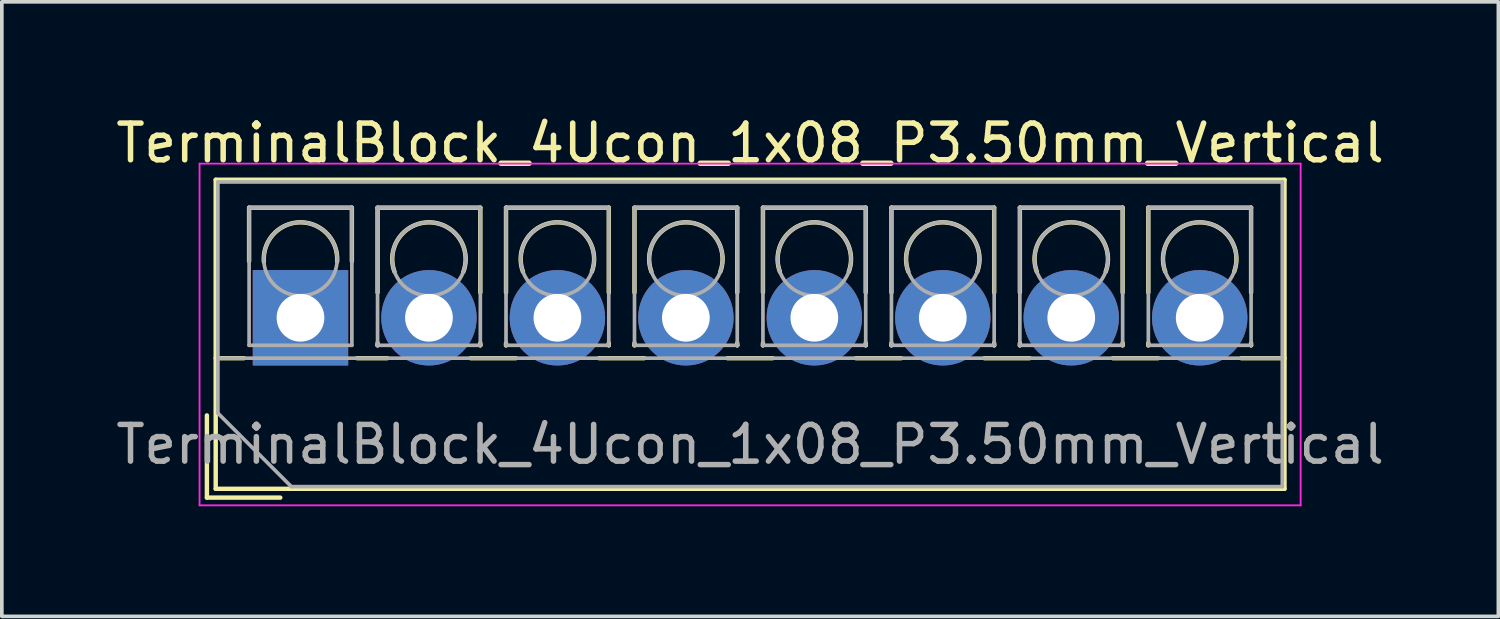
<source format=kicad_pcb>
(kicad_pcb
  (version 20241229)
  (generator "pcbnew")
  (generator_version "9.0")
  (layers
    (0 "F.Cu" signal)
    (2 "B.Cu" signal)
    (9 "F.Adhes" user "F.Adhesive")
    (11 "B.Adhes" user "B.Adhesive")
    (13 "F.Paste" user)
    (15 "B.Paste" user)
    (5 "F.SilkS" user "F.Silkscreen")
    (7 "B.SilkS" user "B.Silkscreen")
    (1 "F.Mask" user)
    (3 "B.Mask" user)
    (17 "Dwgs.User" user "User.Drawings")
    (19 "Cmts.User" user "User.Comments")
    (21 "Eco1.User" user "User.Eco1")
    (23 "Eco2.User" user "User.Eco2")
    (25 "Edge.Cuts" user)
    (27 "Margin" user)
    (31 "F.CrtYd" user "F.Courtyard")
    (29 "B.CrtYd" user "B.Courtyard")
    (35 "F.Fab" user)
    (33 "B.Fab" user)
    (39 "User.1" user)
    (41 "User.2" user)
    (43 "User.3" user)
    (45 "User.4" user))
  (footprint "TerminalBlock_4Ucon_1x08_P3.50mm_Vertical"
    (layer "F.Cu")
    (at 5.137 5.608)
    (property "Reference" "TerminalBlock_4Ucon_1x08_P3.50mm_Vertical" (at 12.25 -4.76 0) (layer "F.SilkS") (effects (font (size 1 1) (thickness 0.15))))
    (attr through_hole)
    (fp_line (start -2.55 2.66) (end -2.55 4.9) (stroke (width 0.12) (type solid)) (layer "F.SilkS"))
    (fp_line (start -2.55 4.9) (end -0.55 4.9) (stroke (width 0.12) (type solid)) (layer "F.SilkS"))
    (fp_line (start -2.31 -3.76) (end -2.31 4.66) (stroke (width 0.12) (type solid)) (layer "F.SilkS"))
    (fp_line (start -2.31 -3.76) (end 26.81 -3.76) (stroke (width 0.12) (type solid)) (layer "F.SilkS"))
    (fp_line (start -2.31 1.101) (end -1.54 1.101) (stroke (width 0.12) (type solid)) (layer "F.SilkS"))
    (fp_line (start -2.31 4.66) (end 26.81 4.66) (stroke (width 0.12) (type solid)) (layer "F.SilkS"))
    (fp_line (start -1.4 -3) (end -1.4 -1.54) (stroke (width 0.12) (type solid)) (layer "F.SilkS"))
    (fp_line (start -1.4 -3) (end 1.4 -3) (stroke (width 0.12) (type solid)) (layer "F.SilkS"))
    (fp_line (start 1.4 -3) (end 1.4 -1.54) (stroke (width 0.12) (type solid)) (layer "F.SilkS"))
    (fp_line (start 1.54 1.101) (end 2.367 1.101) (stroke (width 0.12) (type solid)) (layer "F.SilkS"))
    (fp_line (start 2.1 -3) (end 2.1 -0.689) (stroke (width 0.12) (type solid)) (layer "F.SilkS"))
    (fp_line (start 2.1 -3) (end 4.9 -3) (stroke (width 0.12) (type solid)) (layer "F.SilkS"))
    (fp_line (start 2.1 0.689) (end 2.1 0.75) (stroke (width 0.12) (type solid)) (layer "F.SilkS"))
    (fp_line (start 2.1 0.75) (end 2.101 0.75) (stroke (width 0.12) (type solid)) (layer "F.SilkS"))
    (fp_line (start 4.634 1.101) (end 5.867 1.101) (stroke (width 0.12) (type solid)) (layer "F.SilkS"))
    (fp_line (start 4.9 -3) (end 4.9 -0.689) (stroke (width 0.12) (type solid)) (layer "F.SilkS"))
    (fp_line (start 4.9 0.689) (end 4.9 0.75) (stroke (width 0.12) (type solid)) (layer "F.SilkS"))
    (fp_line (start 4.9 0.75) (end 4.9 0.75) (stroke (width 0.12) (type solid)) (layer "F.SilkS"))
    (fp_line (start 5.6 -3) (end 5.6 -0.689) (stroke (width 0.12) (type solid)) (layer "F.SilkS"))
    (fp_line (start 5.6 -3) (end 8.4 -3) (stroke (width 0.12) (type solid)) (layer "F.SilkS"))
    (fp_line (start 5.6 0.689) (end 5.6 0.75) (stroke (width 0.12) (type solid)) (layer "F.SilkS"))
    (fp_line (start 5.6 0.75) (end 5.601 0.75) (stroke (width 0.12) (type solid)) (layer "F.SilkS"))
    (fp_line (start 8.134 1.101) (end 9.367 1.101) (stroke (width 0.12) (type solid)) (layer "F.SilkS"))
    (fp_line (start 8.4 -3) (end 8.4 -0.689) (stroke (width 0.12) (type solid)) (layer "F.SilkS"))
    (fp_line (start 8.4 0.689) (end 8.4 0.75) (stroke (width 0.12) (type solid)) (layer "F.SilkS"))
    (fp_line (start 8.4 0.75) (end 8.4 0.75) (stroke (width 0.12) (type solid)) (layer "F.SilkS"))
    (fp_line (start 9.1 -3) (end 9.1 -0.689) (stroke (width 0.12) (type solid)) (layer "F.SilkS"))
    (fp_line (start 9.1 -3) (end 11.9 -3) (stroke (width 0.12) (type solid)) (layer "F.SilkS"))
    (fp_line (start 9.1 0.689) (end 9.1 0.75) (stroke (width 0.12) (type solid)) (layer "F.SilkS"))
    (fp_line (start 9.1 0.75) (end 9.101 0.75) (stroke (width 0.12) (type solid)) (layer "F.SilkS"))
    (fp_line (start 11.634 1.101) (end 12.867 1.101) (stroke (width 0.12) (type solid)) (layer "F.SilkS"))
    (fp_line (start 11.9 -3) (end 11.9 -0.689) (stroke (width 0.12) (type solid)) (layer "F.SilkS"))
    (fp_line (start 11.9 0.689) (end 11.9 0.75) (stroke (width 0.12) (type solid)) (layer "F.SilkS"))
    (fp_line (start 11.9 0.75) (end 11.9 0.75) (stroke (width 0.12) (type solid)) (layer "F.SilkS"))
    (fp_line (start 12.6 -3) (end 12.6 -0.689) (stroke (width 0.12) (type solid)) (layer "F.SilkS"))
    (fp_line (start 12.6 -3) (end 15.4 -3) (stroke (width 0.12) (type solid)) (layer "F.SilkS"))
    (fp_line (start 12.6 0.689) (end 12.6 0.75) (stroke (width 0.12) (type solid)) (layer "F.SilkS"))
    (fp_line (start 12.6 0.75) (end 12.601 0.75) (stroke (width 0.12) (type solid)) (layer "F.SilkS"))
    (fp_line (start 15.134 1.101) (end 16.367 1.101) (stroke (width 0.12) (type solid)) (layer "F.SilkS"))
    (fp_line (start 15.4 -3) (end 15.4 -0.689) (stroke (width 0.12) (type solid)) (layer "F.SilkS"))
    (fp_line (start 15.4 0.689) (end 15.4 0.75) (stroke (width 0.12) (type solid)) (layer "F.SilkS"))
    (fp_line (start 15.4 0.75) (end 15.4 0.75) (stroke (width 0.12) (type solid)) (layer "F.SilkS"))
    (fp_line (start 16.101 -3) (end 16.101 -0.689) (stroke (width 0.12) (type solid)) (layer "F.SilkS"))
    (fp_line (start 16.101 -3) (end 18.9 -3) (stroke (width 0.12) (type solid)) (layer "F.SilkS"))
    (fp_line (start 16.101 0.689) (end 16.101 0.75) (stroke (width 0.12) (type solid)) (layer "F.SilkS"))
    (fp_line (start 16.101 0.75) (end 16.101 0.75) (stroke (width 0.12) (type solid)) (layer "F.SilkS"))
    (fp_line (start 18.634 1.101) (end 19.867 1.101) (stroke (width 0.12) (type solid)) (layer "F.SilkS"))
    (fp_line (start 18.9 -3) (end 18.9 -0.689) (stroke (width 0.12) (type solid)) (layer "F.SilkS"))
    (fp_line (start 18.9 0.689) (end 18.9 0.75) (stroke (width 0.12) (type solid)) (layer "F.SilkS"))
    (fp_line (start 18.9 0.75) (end 18.9 0.75) (stroke (width 0.12) (type solid)) (layer "F.SilkS"))
    (fp_line (start 19.6 -3) (end 19.6 -0.689) (stroke (width 0.12) (type solid)) (layer "F.SilkS"))
    (fp_line (start 19.6 -3) (end 22.4 -3) (stroke (width 0.12) (type solid)) (layer "F.SilkS"))
    (fp_line (start 19.6 0.689) (end 19.6 0.75) (stroke (width 0.12) (type solid)) (layer "F.SilkS"))
    (fp_line (start 19.6 0.75) (end 19.601 0.75) (stroke (width 0.12) (type solid)) (layer "F.SilkS"))
    (fp_line (start 22.134 1.101) (end 23.367 1.101) (stroke (width 0.12) (type solid)) (layer "F.SilkS"))
    (fp_line (start 22.4 -3) (end 22.4 -0.689) (stroke (width 0.12) (type solid)) (layer "F.SilkS"))
    (fp_line (start 22.4 0.689) (end 22.4 0.75) (stroke (width 0.12) (type solid)) (layer "F.SilkS"))
    (fp_line (start 22.4 0.75) (end 22.4 0.75) (stroke (width 0.12) (type solid)) (layer "F.SilkS"))
    (fp_line (start 23.1 -3) (end 23.1 -0.689) (stroke (width 0.12) (type solid)) (layer "F.SilkS"))
    (fp_line (start 23.1 -3) (end 25.9 -3) (stroke (width 0.12) (type solid)) (layer "F.SilkS"))
    (fp_line (start 23.1 0.689) (end 23.1 0.75) (stroke (width 0.12) (type solid)) (layer "F.SilkS"))
    (fp_line (start 23.1 0.75) (end 23.101 0.75) (stroke (width 0.12) (type solid)) (layer "F.SilkS"))
    (fp_line (start 25.634 1.101) (end 26.81 1.101) (stroke (width 0.12) (type solid)) (layer "F.SilkS"))
    (fp_line (start 25.9 -3) (end 25.9 -0.689) (stroke (width 0.12) (type solid)) (layer "F.SilkS"))
    (fp_line (start 25.9 0.689) (end 25.9 0.75) (stroke (width 0.12) (type solid)) (layer "F.SilkS"))
    (fp_line (start 25.9 0.75) (end 25.9 0.75) (stroke (width 0.12) (type solid)) (layer "F.SilkS"))
    (fp_line (start 26.81 -3.76) (end 26.81 4.66) (stroke (width 0.12) (type solid)) (layer "F.SilkS"))
    (fp_arc (start -0.99789 -1.529434) (mid -0.000785 -2.600382) (end 0.998 -1.531) (stroke (width 0.12) (type solid)) (layer "F.SilkS"))
    (fp_arc (start 2.560085 -1.257767) (mid 3.499876 -2.600282) (end 4.44 -1.258) (stroke (width 0.12) (type solid)) (layer "F.SilkS"))
    (fp_arc (start 6.060085 -1.257767) (mid 6.999876 -2.600282) (end 7.94 -1.258) (stroke (width 0.12) (type solid)) (layer "F.SilkS"))
    (fp_arc (start 9.560085 -1.257767) (mid 10.499876 -2.600282) (end 11.44 -1.258) (stroke (width 0.12) (type solid)) (layer "F.SilkS"))
    (fp_arc (start 13.060085 -1.257767) (mid 13.999876 -2.600282) (end 14.94 -1.258) (stroke (width 0.12) (type solid)) (layer "F.SilkS"))
    (fp_arc (start 16.560085 -1.257767) (mid 17.499876 -2.600282) (end 18.44 -1.258) (stroke (width 0.12) (type solid)) (layer "F.SilkS"))
    (fp_arc (start 20.060085 -1.257767) (mid 20.999876 -2.600282) (end 21.94 -1.258) (stroke (width 0.12) (type solid)) (layer "F.SilkS"))
    (fp_arc (start 23.560085 -1.257767) (mid 24.499876 -2.600282) (end 25.44 -1.258) (stroke (width 0.12) (type solid)) (layer "F.SilkS"))
    (fp_line (start -2.75 -4.2) (end -2.75 5.11) (stroke (width 0.05) (type solid)) (layer "F.CrtYd"))
    (fp_line (start -2.75 5.11) (end 27.25 5.11) (stroke (width 0.05) (type solid)) (layer "F.CrtYd"))
    (fp_line (start 27.25 -4.2) (end -2.75 -4.2) (stroke (width 0.05) (type solid)) (layer "F.CrtYd"))
    (fp_line (start 27.25 5.11) (end 27.25 -4.2) (stroke (width 0.05) (type solid)) (layer "F.CrtYd"))
    (fp_line (start -2.25 -3.7) (end 26.75 -3.7) (stroke (width 0.1) (type solid)) (layer "F.Fab"))
    (fp_line (start -2.25 1.1) (end 26.75 1.1) (stroke (width 0.1) (type solid)) (layer "F.Fab"))
    (fp_line (start -2.25 2.6) (end -2.25 -3.7) (stroke (width 0.1) (type solid)) (layer "F.Fab"))
    (fp_line (start -1.4 -3) (end -1.4 0.75) (stroke (width 0.1) (type solid)) (layer "F.Fab"))
    (fp_line (start -1.4 0.75) (end 1.4 0.75) (stroke (width 0.1) (type solid)) (layer "F.Fab"))
    (fp_line (start -0.25 4.6) (end -2.25 2.6) (stroke (width 0.1) (type solid)) (layer "F.Fab"))
    (fp_line (start 1.4 -3) (end -1.4 -3) (stroke (width 0.1) (type solid)) (layer "F.Fab"))
    (fp_line (start 1.4 0.75) (end 1.4 -3) (stroke (width 0.1) (type solid)) (layer "F.Fab"))
    (fp_line (start 2.1 -3) (end 2.1 0.75) (stroke (width 0.1) (type solid)) (layer "F.Fab"))
    (fp_line (start 2.1 0.75) (end 4.9 0.75) (stroke (width 0.1) (type solid)) (layer "F.Fab"))
    (fp_line (start 4.9 -3) (end 2.1 -3) (stroke (width 0.1) (type solid)) (layer "F.Fab"))
    (fp_line (start 4.9 0.75) (end 4.9 -3) (stroke (width 0.1) (type solid)) (layer "F.Fab"))
    (fp_line (start 5.6 -3) (end 5.6 0.75) (stroke (width 0.1) (type solid)) (layer "F.Fab"))
    (fp_line (start 5.6 0.75) (end 8.4 0.75) (stroke (width 0.1) (type solid)) (layer "F.Fab"))
    (fp_line (start 8.4 -3) (end 5.6 -3) (stroke (width 0.1) (type solid)) (layer "F.Fab"))
    (fp_line (start 8.4 0.75) (end 8.4 -3) (stroke (width 0.1) (type solid)) (layer "F.Fab"))
    (fp_line (start 9.1 -3) (end 9.1 0.75) (stroke (width 0.1) (type solid)) (layer "F.Fab"))
    (fp_line (start 9.1 0.75) (end 11.9 0.75) (stroke (width 0.1) (type solid)) (layer "F.Fab"))
    (fp_line (start 11.9 -3) (end 9.1 -3) (stroke (width 0.1) (type solid)) (layer "F.Fab"))
    (fp_line (start 11.9 0.75) (end 11.9 -3) (stroke (width 0.1) (type solid)) (layer "F.Fab"))
    (fp_line (start 12.6 -3) (end 12.6 0.75) (stroke (width 0.1) (type solid)) (layer "F.Fab"))
    (fp_line (start 12.6 0.75) (end 15.4 0.75) (stroke (width 0.1) (type solid)) (layer "F.Fab"))
    (fp_line (start 15.4 -3) (end 12.6 -3) (stroke (width 0.1) (type solid)) (layer "F.Fab"))
    (fp_line (start 15.4 0.75) (end 15.4 -3) (stroke (width 0.1) (type solid)) (layer "F.Fab"))
    (fp_line (start 16.101 -3) (end 16.101 0.75) (stroke (width 0.1) (type solid)) (layer "F.Fab"))
    (fp_line (start 16.101 0.75) (end 18.9 0.75) (stroke (width 0.1) (type solid)) (layer "F.Fab"))
    (fp_line (start 18.9 -3) (end 16.101 -3) (stroke (width 0.1) (type solid)) (layer "F.Fab"))
    (fp_line (start 18.9 0.75) (end 18.9 -3) (stroke (width 0.1) (type solid)) (layer "F.Fab"))
    (fp_line (start 19.6 -3) (end 19.6 0.75) (stroke (width 0.1) (type solid)) (layer "F.Fab"))
    (fp_line (start 19.6 0.75) (end 22.4 0.75) (stroke (width 0.1) (type solid)) (layer "F.Fab"))
    (fp_line (start 22.4 -3) (end 19.6 -3) (stroke (width 0.1) (type solid)) (layer "F.Fab"))
    (fp_line (start 22.4 0.75) (end 22.4 -3) (stroke (width 0.1) (type solid)) (layer "F.Fab"))
    (fp_line (start 23.1 -3) (end 23.1 0.75) (stroke (width 0.1) (type solid)) (layer "F.Fab"))
    (fp_line (start 23.1 0.75) (end 25.9 0.75) (stroke (width 0.1) (type solid)) (layer "F.Fab"))
    (fp_line (start 25.9 -3) (end 23.1 -3) (stroke (width 0.1) (type solid)) (layer "F.Fab"))
    (fp_line (start 25.9 0.75) (end 25.9 -3) (stroke (width 0.1) (type solid)) (layer "F.Fab"))
    (fp_line (start 26.75 -3.7) (end 26.75 4.6) (stroke (width 0.1) (type solid)) (layer "F.Fab"))
    (fp_line (start 26.75 4.6) (end -0.25 4.6) (stroke (width 0.1) (type solid)) (layer "F.Fab"))
    (fp_circle (center 0 -1.6) (end 1 -1.6) (stroke (width 0.1) (type solid)) (fill no) (layer "F.Fab"))
    (fp_circle (center 3.5 -1.6) (end 4.5 -1.6) (stroke (width 0.1) (type solid)) (fill no) (layer "F.Fab"))
    (fp_circle (center 7 -1.6) (end 8 -1.6) (stroke (width 0.1) (type solid)) (fill no) (layer "F.Fab"))
    (fp_circle (center 10.5 -1.6) (end 11.5 -1.6) (stroke (width 0.1) (type solid)) (fill no) (layer "F.Fab"))
    (fp_circle (center 14 -1.6) (end 15 -1.6) (stroke (width 0.1) (type solid)) (fill no) (layer "F.Fab"))
    (fp_circle (center 17.5 -1.6) (end 18.5 -1.6) (stroke (width 0.1) (type solid)) (fill no) (layer "F.Fab"))
    (fp_circle (center 21 -1.6) (end 22 -1.6) (stroke (width 0.1) (type solid)) (fill no) (layer "F.Fab"))
    (fp_circle (center 24.5 -1.6) (end 25.5 -1.6) (stroke (width 0.1) (type solid)) (fill no) (layer "F.Fab"))
    (fp_text user "${REFERENCE}" (at 12.25 3.45 0) (layer "F.Fab") (effects (font (size 1 1) (thickness 0.15))))
    (pad "1" thru_hole rect (at 0 0) (size 2.6 2.6) (drill 1.3) (layers "*.Cu" "*.Mask"))
    (pad "2" thru_hole circle (at 3.5 0) (size 2.6 2.6) (drill 1.3) (layers "*.Cu" "*.Mask"))
    (pad "3" thru_hole circle (at 7 0) (size 2.6 2.6) (drill 1.3) (layers "*.Cu" "*.Mask"))
    (pad "4" thru_hole circle (at 10.5 0) (size 2.6 2.6) (drill 1.3) (layers "*.Cu" "*.Mask"))
    (pad "5" thru_hole circle (at 14 0) (size 2.6 2.6) (drill 1.3) (layers "*.Cu" "*.Mask"))
    (pad "6" thru_hole circle (at 17.5 0) (size 2.6 2.6) (drill 1.3) (layers "*.Cu" "*.Mask"))
    (pad "7" thru_hole circle (at 21 0) (size 2.6 2.6) (drill 1.3) (layers "*.Cu" "*.Mask"))
    (pad "8" thru_hole circle (at 24.5 0) (size 2.6 2.6) (drill 1.3) (layers "*.Cu" "*.Mask")))
  (gr_rect
    (start -3 -3)
    (end 37.774 13.743)
    (stroke (width 0.1) (type default))
    (fill no)
    (layer "Edge.Cuts")))
</source>
